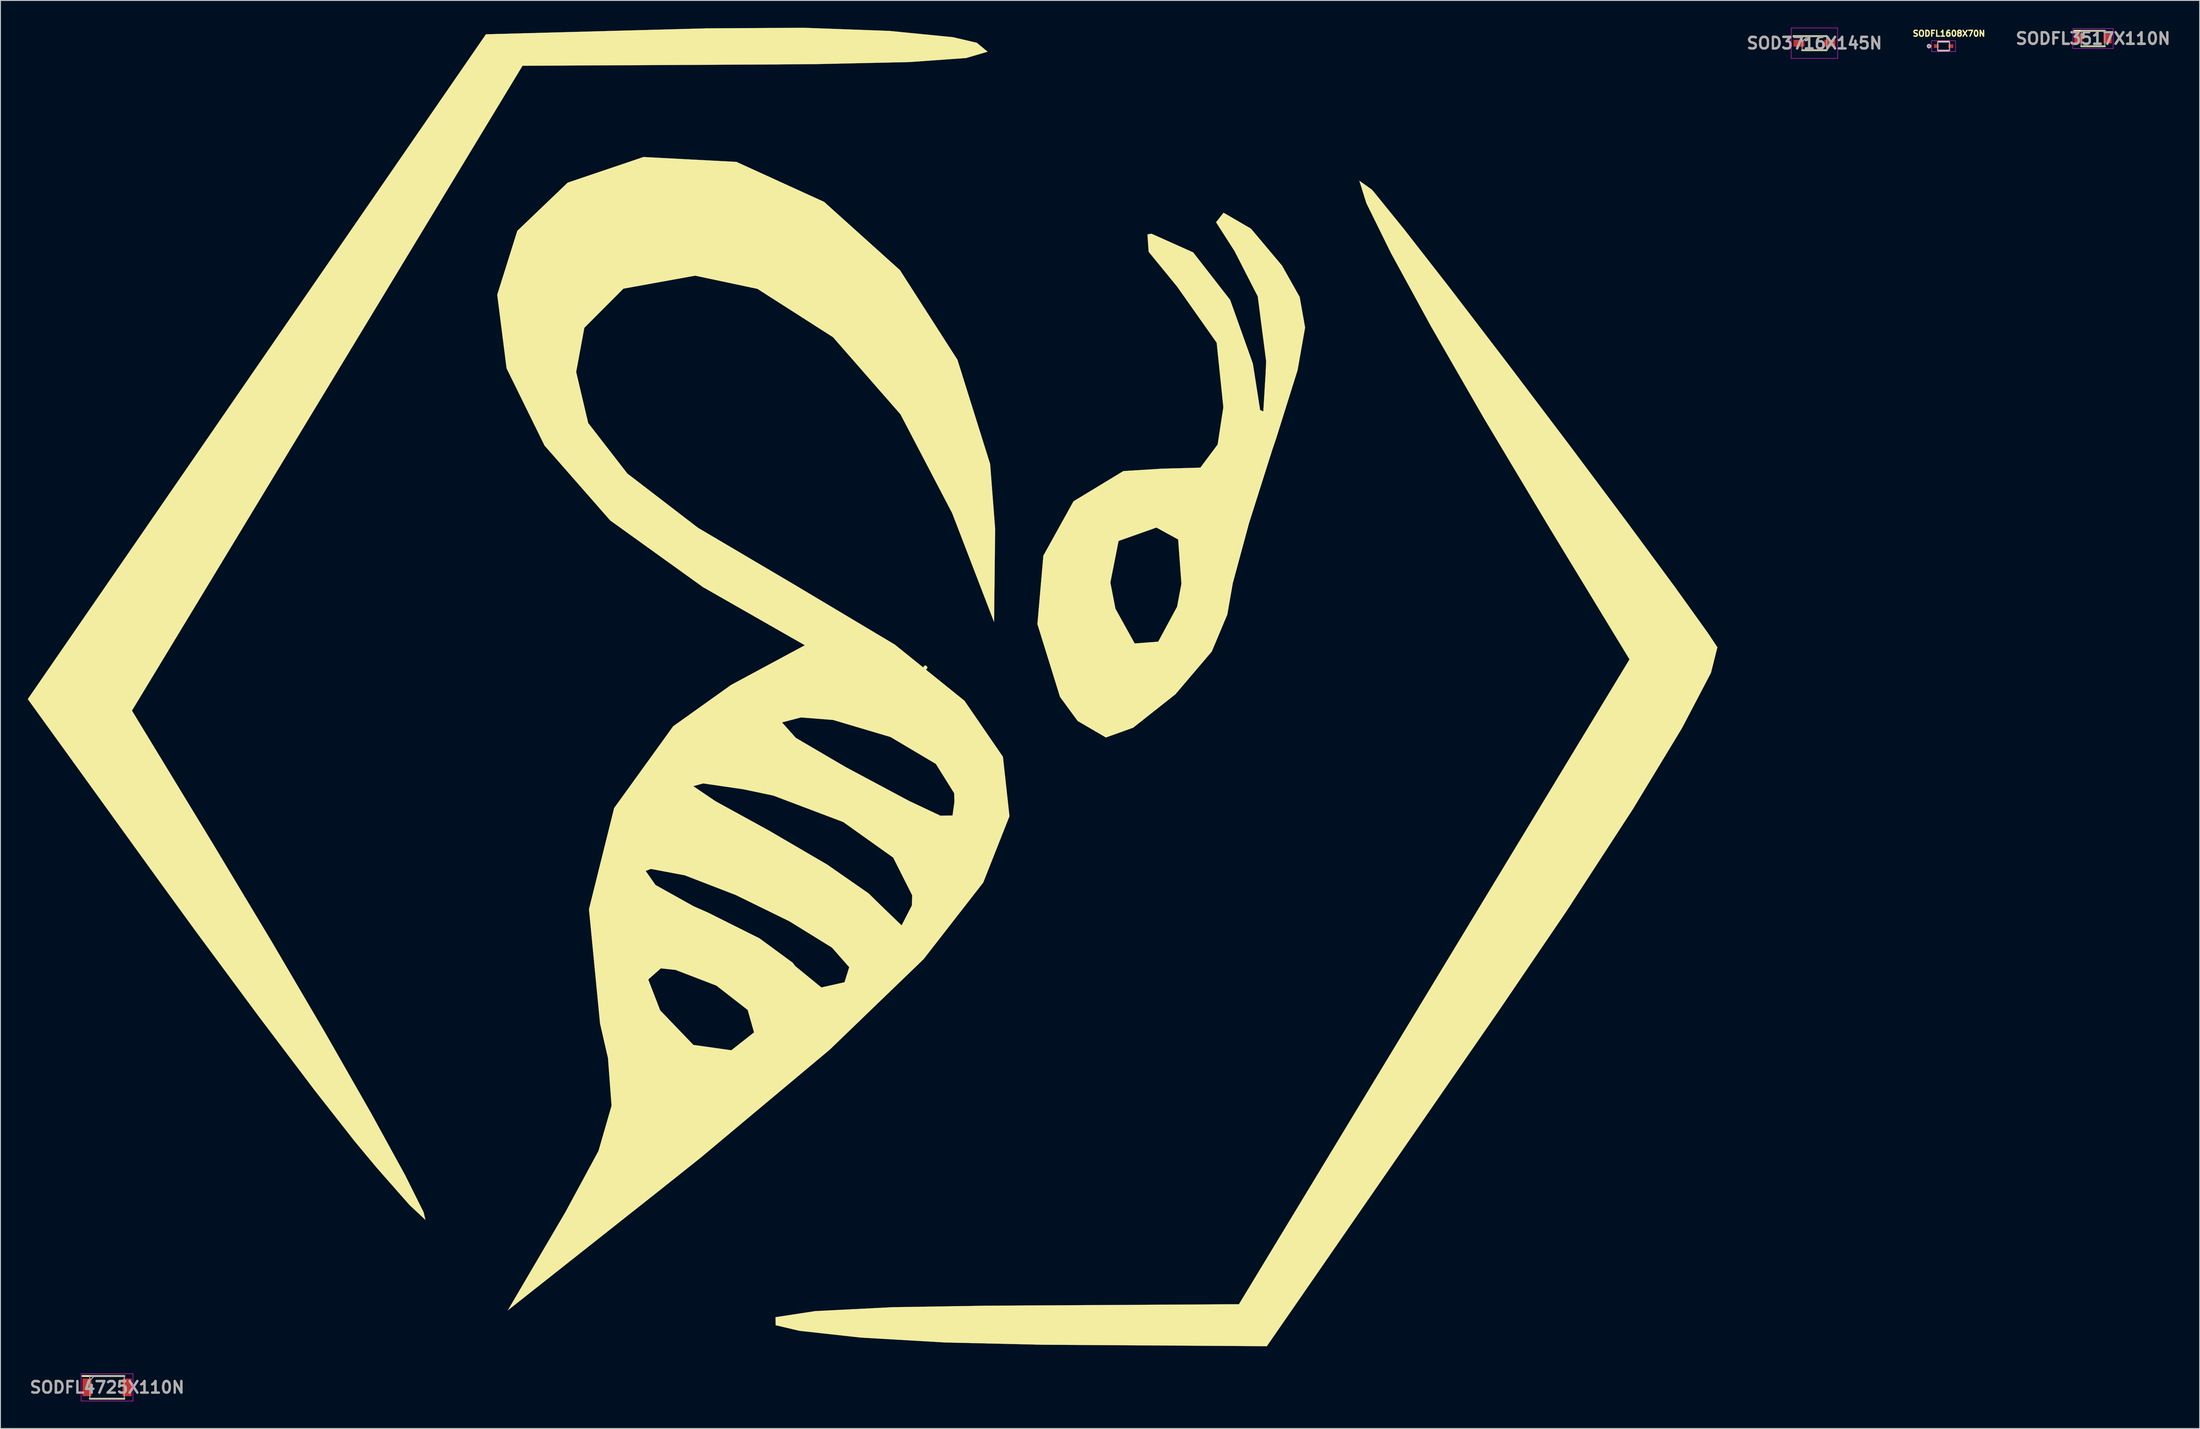
<source format=kicad_pcb>
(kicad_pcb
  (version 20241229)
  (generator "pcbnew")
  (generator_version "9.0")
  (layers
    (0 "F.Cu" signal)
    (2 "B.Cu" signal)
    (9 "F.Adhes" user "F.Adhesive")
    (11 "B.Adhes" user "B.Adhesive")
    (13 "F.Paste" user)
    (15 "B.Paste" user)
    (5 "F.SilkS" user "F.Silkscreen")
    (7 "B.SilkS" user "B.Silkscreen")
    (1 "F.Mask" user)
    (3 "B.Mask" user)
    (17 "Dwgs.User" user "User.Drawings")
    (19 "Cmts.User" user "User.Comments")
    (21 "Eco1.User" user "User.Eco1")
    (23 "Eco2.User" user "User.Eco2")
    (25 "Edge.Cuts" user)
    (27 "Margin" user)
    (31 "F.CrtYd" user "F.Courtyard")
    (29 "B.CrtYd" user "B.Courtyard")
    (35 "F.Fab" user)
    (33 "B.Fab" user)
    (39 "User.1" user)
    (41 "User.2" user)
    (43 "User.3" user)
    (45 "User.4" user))
  (footprint "LogoEcoApi"
    (layer "F.Cu")
    (at 92.619 71.149)
    (property "Reference" "LogoEcoApi" (at 0 0 0) (layer "F.SilkS") (effects (font (size 1.524 1.524) (thickness 0.3))))
    (attr through_hole)
    (fp_poly (pts (xy 2.113 -70.798) (xy 9.09 -70.108) (xy 11.721 -69.493) (xy 12.904 -68.512) (xy 10.552 -67.817) (xy 4.341 -67.372) (xy -6.053 -67.144) (xy -10.453 -67.11) (xy -38.225 -66.964) (xy -59.693 -31.494) (xy -81.162 3.975) (xy -72.194 18.728) (xy -65.802 29.376) (xy -59.886 39.469) (xy -54.856 48.282) (xy -51.122 55.088) (xy -49.096 59.159) (xy -48.899 59.995) (xy -50.659 58.349) (xy -54.301 54.208) (xy -56.689 51.336) (xy -61.093 45.722) (xy -67.21 37.631) (xy -74.076 28.348) (xy -78.174 22.712) (xy -92.614 2.706) (xy -67.431 -33.861) (xy -42.248 -70.427) (xy -18.062 -71.079) (xy -7.361 -71.144) (xy 2.113 -70.798)) (stroke (width 0.01) (type solid)) (fill yes) (layer "F.SilkS"))
    (fp_poly (pts (xy 55.149 -53.337) (xy 55.348 -53.109) (xy 58.652 -49.033) (xy 63.787 -42.438) (xy 70.042 -34.262) (xy 76.71 -25.445) (xy 83.08 -16.93) (xy 88.445 -9.654) (xy 92.096 -4.559) (xy 93.134 -2.996) (xy 92.428 -0.184) (xy 89.246 5.893) (xy 83.858 14.789) (xy 76.533 26.054) (xy 69.207 36.836) (xy 43.603 73.891) (xy 18.915 73.729) (xy 8.248 73.481) (xy -1.055 72.941) (xy -7.796 72.196) (xy -10.391 71.582) (xy -10.414 70.698) (xy -6.047 70.03) (xy 2.486 69.599) (xy 12.762 69.435) (xy 40.534 69.273) (xy 62.002 33.803) (xy 83.471 -1.666) (xy 74.503 -16.419) (xy 67.455 -28.207) (xy 61.623 -38.342) (xy 57.241 -46.373) (xy 54.544 -51.849) (xy 53.769 -54.321) (xy 55.149 -53.337)) (stroke (width 0.01) (type solid)) (fill yes) (layer "F.SilkS"))
    (fp_poly (pts (xy 41.858 -49.047) (xy 45.27 -44.981) (xy 47.212 -41.534) (xy 47.808 -38.167) (xy 46.982 -33.477) (xy 44.657 -26.063) (xy 44.169 -24.614) (xy 41.637 -16.619) (xy 39.863 -10.061) (xy 39.255 -6.59) (xy 37.552 -2.529) (xy 33.549 2.179) (xy 28.901 5.855) (xy 25.91 6.927) (xy 22.808 5.116) (xy 20.863 2.461) (xy 18.379 -5.544) (xy 18.777 -10.115) (xy 26.4 -10.115) (xy 26.96 -7.234) (xy 29.075 -3.414) (xy 31.658 -3.612) (xy 33.735 -7.455) (xy 34.212 -9.992) (xy 33.851 -14.855) (xy 31.462 -16.164) (xy 27.302 -14.69) (xy 26.4 -10.115) (xy 18.777 -10.115) (xy 19.035 -13.078) (xy 22.345 -19.053) (xy 27.825 -22.379) (xy 32.042 -22.641) (xy 36.291 -22.755) (xy 38.191 -25.299) (xy 38.821 -29.402) (xy 38.086 -36.499) (xy 33.732 -42.678) (xy 33.73 -42.68) (xy 30.611 -46.496) (xy 30.478 -48.412) (xy 30.92 -48.491) (xy 35.505 -46.434) (xy 39.571 -41.206) (xy 42.058 -34.224) (xy 42.179 -33.482) (xy 42.864 -29.094) (xy 43.214 -28.941) (xy 43.471 -33.197) (xy 43.527 -34.455) (xy 42.603 -41.595) (xy 40.051 -46.577) (xy 38.02 -49.75) (xy 38.843 -50.8) (xy 41.858 -49.047)) (stroke (width 0.01) (type solid)) (fill yes) (layer "F.SilkS"))
    (fp_poly (pts (xy -14.707 -56.391) (xy -5.069 -51.992) (xy 3.267 -44.486) (xy 9.588 -34.626) (xy 13.181 -23.166) (xy 13.734 -16.012) (xy 13.614 -5.773) (xy 9.009 -17.75) (xy 3.324 -28.623) (xy -4.09 -37.105) (xy -12.395 -42.421) (xy -19.246 -43.873) (xy -27.134 -42.446) (xy -31.43 -38.137) (xy -32.327 -33.276) (xy -31.004 -27.664) (xy -26.703 -22.112) (xy -18.933 -16.139) (xy -8.29 -9.856) (xy 2.708 -3.287) (xy 10.363 2.888) (xy 14.59 9.052) (xy 15.307 15.589) (xy 12.427 22.882) (xy 5.868 31.315) (xy -4.454 41.273) (xy -18.624 53.139) (xy -22.809 56.474) (xy -39.846 69.95) (xy -33.52 59.155) (xy -29.874 52.408) (xy -28.437 47.436) (xy -28.83 42.19) (xy -29.703 38.396) (xy -30.172 33.548) (xy -24.403 33.548) (xy -23.091 36.945) (xy -19.443 40.745) (xy -15.27 41.335) (xy -12.772 39.37) (xy -13.473 36.9) (xy -16.91 34.224) (xy -21.404 32.496) (xy -23.02 32.327) (xy -24.403 33.548) (xy -30.172 33.548) (xy -30.92 25.817) (xy -29.874 21.608) (xy -24.687 21.608) (xy -23.603 23.156) (xy -19.406 25.5) (xy -17.85 26.184) (xy -12.163 29.029) (xy -8.526 31.703) (xy -8.227 32.092) (xy -5.371 34.426) (xy -2.83 33.855) (xy -2.309 32.197) (xy -4.21 30.039) (xy -8.885 27.148) (xy -14.79 24.255) (xy -20.381 22.092) (xy -24.116 21.387) (xy -24.687 21.608) (xy -29.874 21.608) (xy -28.155 14.695) (xy -26.417 12.284) (xy -19.456 12.284) (xy -16.993 13.949) (xy -11.127 17.17) (xy -4.751 20.896) (xy -0.176 24.078) (xy 1.132 25.364) (xy 3.451 27.599) (xy 4.574 25.411) (xy 4.618 24.299) (xy 2.522 20.139) (xy -2.967 16.229) (xy -10.651 13.321) (xy -13.975 12.622) (xy -18.362 11.982) (xy -19.456 12.284) (xy -26.417 12.284) (xy -21.665 5.694) (xy -21.069 5.269) (xy -9.699 5.269) (xy -8.177 6.972) (xy -2.741 10.159) (xy -2.309 10.391) (xy 4.26 13.902) (xy 7.715 15.531) (xy 9.047 15.508) (xy 9.25 14.064) (xy 9.236 13.071) (xy 7.214 9.836) (xy 2.231 6.877) (xy -4.085 5) (xy -7.613 4.723) (xy -9.699 5.269) (xy -21.069 5.269) (xy -15.299 1.149) (xy -7.189 -3.219) (xy -18.394 -9.618) (xy -28.581 -16.943) (xy -35.805 -25.184) (xy -39.978 -33.681) (xy -41.006 -41.774) (xy -38.8 -48.802) (xy -33.267 -54.104) (xy -24.933 -56.927) (xy -14.707 -56.391)) (stroke (width 0.01) (type solid)) (fill yes) (layer "F.SilkS")))
  (footprint "SODFL4725X110N"
    (layer "F.Cu")
    (at 8.721 149.57)
    (property "Reference" "SODFL4725X110N" (at 0 0 0) (layer "F.SilkS") (effects (font (size 1.27 1.27) (thickness 0.254))))
    (attr smd)
    (fp_line (start -2.7 -1.25) (end 1.9 -1.25) (stroke (width 0.2) (type solid)) (layer "F.SilkS"))
    (fp_line (start -1.9 1.25) (end 1.9 1.25) (stroke (width 0.2) (type solid)) (layer "F.SilkS"))
    (fp_line (start -2.85 -1.5) (end 2.85 -1.5) (stroke (width 0.05) (type solid)) (layer "F.CrtYd"))
    (fp_line (start -2.85 1.5) (end -2.85 -1.5) (stroke (width 0.05) (type solid)) (layer "F.CrtYd"))
    (fp_line (start 2.85 -1.5) (end 2.85 1.5) (stroke (width 0.05) (type solid)) (layer "F.CrtYd"))
    (fp_line (start 2.85 1.5) (end -2.85 1.5) (stroke (width 0.05) (type solid)) (layer "F.CrtYd"))
    (fp_line (start -1.9 -1.25) (end 1.9 -1.25) (stroke (width 0.1) (type solid)) (layer "F.Fab"))
    (fp_line (start -1.9 -0.75) (end -1.4 -1.25) (stroke (width 0.1) (type solid)) (layer "F.Fab"))
    (fp_line (start -1.9 1.25) (end -1.9 -1.25) (stroke (width 0.1) (type solid)) (layer "F.Fab"))
    (fp_line (start 1.9 -1.25) (end 1.9 1.25) (stroke (width 0.1) (type solid)) (layer "F.Fab"))
    (fp_line (start 1.9 1.25) (end -1.9 1.25) (stroke (width 0.1) (type solid)) (layer "F.Fab"))
    (fp_text user "${REFERENCE}" (at 0 0 0) (layer "F.Fab") (effects (font (size 1.27 1.27) (thickness 0.254))))
    (pad "1" smd rect (at -2.2 0) (size 1 1.93) (layers "F.Cu" "F.Mask" "F.Paste"))
    (pad "2" smd rect (at 2.2 0) (size 1 1.93) (layers "F.Cu" "F.Mask" "F.Paste")))
  (footprint "SODFL1608X70N"
    (layer "F.Cu")
    (at 210.62 2.026)
    (property "Reference" "SODFL1608X70N" (at 0.585 -1.388 0) (layer "F.SilkS") (effects (font (size 0.64 0.64) (thickness 0.15))))
    (attr through_hole)
    (fp_line (start -0.6 -0.515) (end 0.6 -0.515) (stroke (width 0.127) (type solid)) (layer "F.SilkS"))
    (fp_line (start 0.6 0.515) (end -0.6 0.515) (stroke (width 0.127) (type solid)) (layer "F.SilkS"))
    (fp_circle (center -1.6 0) (end -1.55 0) (stroke (width 0.2) (type solid)) (fill no) (layer "F.SilkS"))
    (fp_line (start -1.315 -0.6) (end 1.315 -0.6) (stroke (width 0.05) (type solid)) (layer "F.CrtYd"))
    (fp_line (start -1.315 0.6) (end -1.315 -0.6) (stroke (width 0.05) (type solid)) (layer "F.CrtYd"))
    (fp_line (start 1.315 -0.6) (end 1.315 0.6) (stroke (width 0.05) (type solid)) (layer "F.CrtYd"))
    (fp_line (start 1.315 0.6) (end -1.315 0.6) (stroke (width 0.05) (type solid)) (layer "F.CrtYd"))
    (fp_line (start -0.65 -0.45) (end 0.65 -0.45) (stroke (width 0.127) (type solid)) (layer "F.Fab"))
    (fp_line (start -0.65 0.45) (end -0.65 -0.45) (stroke (width 0.127) (type solid)) (layer "F.Fab"))
    (fp_line (start 0.65 -0.45) (end 0.65 0.45) (stroke (width 0.127) (type solid)) (layer "F.Fab"))
    (fp_line (start 0.65 0.45) (end -0.65 0.45) (stroke (width 0.127) (type solid)) (layer "F.Fab"))
    (fp_circle (center -1.6 0) (end -1.55 0) (stroke (width 0.2) (type solid)) (fill no) (layer "F.Fab"))
    (pad "A" smd roundrect (at 0.8 0) (size 0.53 0.4) (layers "F.Cu" "F.Mask" "F.Paste") (roundrect_rratio 0.02))
    (pad "C" smd roundrect (at -0.8 0) (size 0.53 0.4) (layers "F.Cu" "F.Mask" "F.Paste") (roundrect_rratio 0.02)))
  (footprint "SODFL3517X110N"
    (layer "F.Cu")
    (at 227.049 1.189)
    (property "Reference" "SODFL3517X110N" (at 0 0 0) (layer "F.SilkS") (effects (font (size 1.27 1.27) (thickness 0.254))))
    (attr smd)
    (fp_line (start -2.06 -0.85) (end 1.3 -0.85) (stroke (width 0.2) (type solid)) (layer "F.SilkS"))
    (fp_line (start -1.3 0.85) (end 1.3 0.85) (stroke (width 0.2) (type solid)) (layer "F.SilkS"))
    (fp_line (start -2.21 -1.1) (end 2.21 -1.1) (stroke (width 0.05) (type solid)) (layer "F.CrtYd"))
    (fp_line (start -2.21 1.1) (end -2.21 -1.1) (stroke (width 0.05) (type solid)) (layer "F.CrtYd"))
    (fp_line (start 2.21 -1.1) (end 2.21 1.1) (stroke (width 0.05) (type solid)) (layer "F.CrtYd"))
    (fp_line (start 2.21 1.1) (end -2.21 1.1) (stroke (width 0.05) (type solid)) (layer "F.CrtYd"))
    (fp_line (start -1.3 -0.85) (end 1.3 -0.85) (stroke (width 0.1) (type solid)) (layer "F.Fab"))
    (fp_line (start -1.3 -0.39) (end -0.84 -0.85) (stroke (width 0.1) (type solid)) (layer "F.Fab"))
    (fp_line (start -1.3 0.85) (end -1.3 -0.85) (stroke (width 0.1) (type solid)) (layer "F.Fab"))
    (fp_line (start 1.3 -0.85) (end 1.3 0.85) (stroke (width 0.1) (type solid)) (layer "F.Fab"))
    (fp_line (start 1.3 0.85) (end -1.3 0.85) (stroke (width 0.1) (type solid)) (layer "F.Fab"))
    (fp_text user "${REFERENCE}" (at 0 0 0) (layer "F.Fab") (effects (font (size 1.27 1.27) (thickness 0.254))))
    (pad "1" smd rect (at -1.6 0) (size 0.92 1.08) (layers "F.Cu" "F.Mask" "F.Paste"))
    (pad "2" smd rect (at 1.6 0) (size 0.92 1.08) (layers "F.Cu" "F.Mask" "F.Paste")))
  (footprint "SOD3716X145N"
    (layer "F.Cu")
    (at 196.42 1.7)
    (property "Reference" "SOD3716X145N" (at 0 0 0) (layer "F.SilkS") (effects (font (size 1.27 1.27) (thickness 0.254))))
    (attr smd)
    (fp_line (start -2.3 -0.775) (end 1.35 -0.775) (stroke (width 0.2) (type solid)) (layer "F.SilkS"))
    (fp_line (start -1.35 0.775) (end 1.35 0.775) (stroke (width 0.2) (type solid)) (layer "F.SilkS"))
    (fp_line (start -2.55 -1.675) (end 2.55 -1.675) (stroke (width 0.05) (type solid)) (layer "F.CrtYd"))
    (fp_line (start -2.55 1.675) (end -2.55 -1.675) (stroke (width 0.05) (type solid)) (layer "F.CrtYd"))
    (fp_line (start 2.55 -1.675) (end 2.55 1.675) (stroke (width 0.05) (type solid)) (layer "F.CrtYd"))
    (fp_line (start 2.55 1.675) (end -2.55 1.675) (stroke (width 0.05) (type solid)) (layer "F.CrtYd"))
    (fp_line (start -1.35 -0.775) (end 1.35 -0.775) (stroke (width 0.1) (type solid)) (layer "F.Fab"))
    (fp_line (start -1.35 -0.175) (end -0.75 -0.775) (stroke (width 0.1) (type solid)) (layer "F.Fab"))
    (fp_line (start -1.35 0.775) (end -1.35 -0.775) (stroke (width 0.1) (type solid)) (layer "F.Fab"))
    (fp_line (start 1.35 -0.775) (end 1.35 0.775) (stroke (width 0.1) (type solid)) (layer "F.Fab"))
    (fp_line (start 1.35 0.775) (end -1.35 0.775) (stroke (width 0.1) (type solid)) (layer "F.Fab"))
    (fp_text user "${REFERENCE}" (at 0 0 0) (layer "F.Fab") (effects (font (size 1.27 1.27) (thickness 0.254))))
    (pad "1" smd rect (at -1.7 0 90) (size 0.75 1.2) (layers "F.Cu" "F.Mask" "F.Paste"))
    (pad "2" smd rect (at 1.7 0 90) (size 0.75 1.2) (layers "F.Cu" "F.Mask" "F.Paste")))
  (gr_rect
    (start -3 -3)
    (end 238.77 154.095)
    (stroke (width 0.1) (type default))
    (fill no)
    (layer "Edge.Cuts")))
</source>
